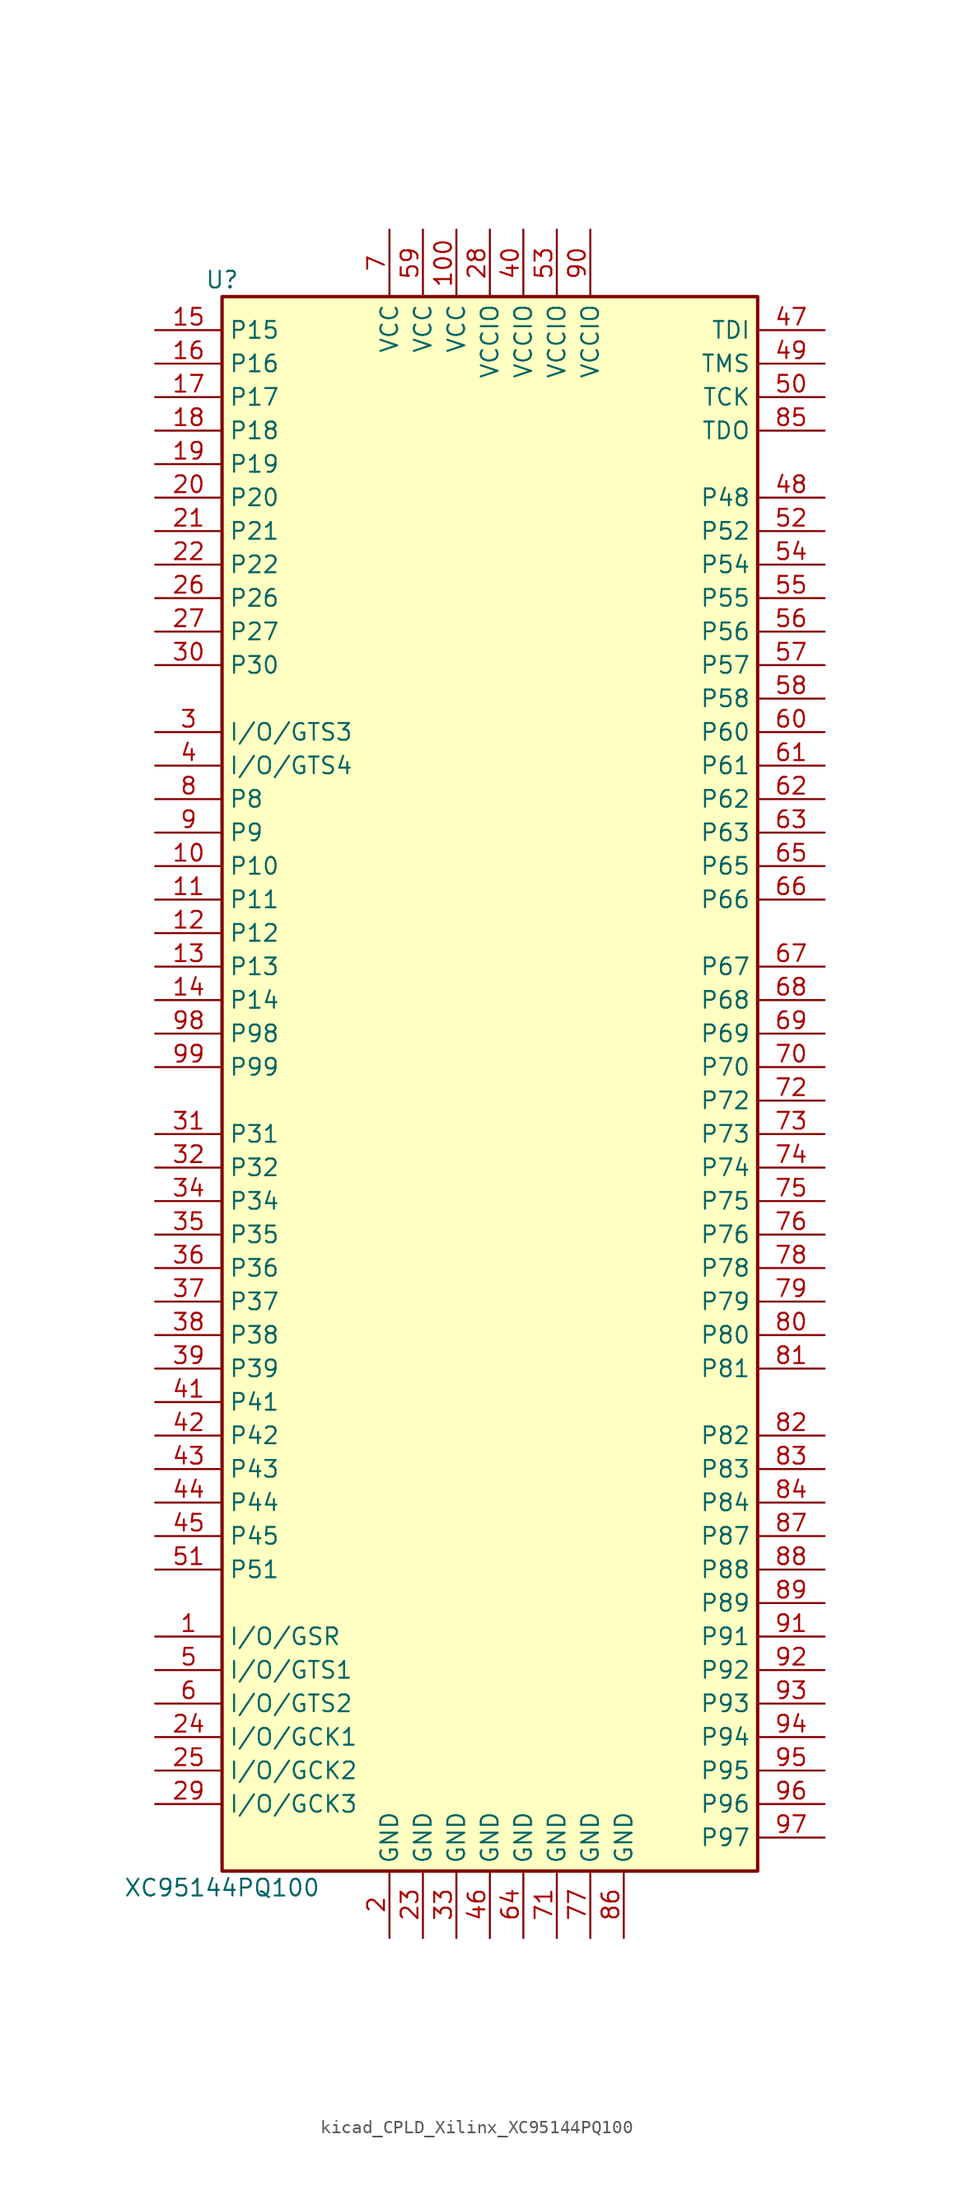
<source format=kicad_sym>
(kicad_symbol_lib
  (version 20220914)
  (generator kicad_symbol_editor)
  (symbol "kicad_CPLD_Xilinx_XC95144PQ100"
    (property "Reference" "U"
      (at -20.32 59.69 0)
      (effects (font (size 1.27 1.27))))
    (property "Value" "XC95144PQ100"
      (at -20.32 -62.23 0)
      (effects (font (size 1.27 1.27))))
    (symbol "kicad_CPLD_Xilinx_XC95144PQ100_1_1"
      (rectangle (start -20.32 58.42) (end 20.32 -60.96) (stroke (width 0.254) (type default)) (fill (type background)))
      (pin bidirectional line (at -25.4 -43.18 0) (length 5.08) (name "I/O/GSR" (effects (font (size 1.27 1.27)))) (number "1" (effects (font (size 1.27 1.27)))))
      (pin bidirectional line (at -25.4 15.24 0) (length 5.08) (name "P10" (effects (font (size 1.27 1.27)))) (number "10" (effects (font (size 1.27 1.27)))))
      (pin power_in line (at -2.54 63.5 270) (length 5.08) (name "VCC" (effects (font (size 1.27 1.27)))) (number "100" (effects (font (size 1.27 1.27)))))
      (pin bidirectional line (at -25.4 12.7 0) (length 5.08) (name "P11" (effects (font (size 1.27 1.27)))) (number "11" (effects (font (size 1.27 1.27)))))
      (pin bidirectional line (at -25.4 10.16 0) (length 5.08) (name "P12" (effects (font (size 1.27 1.27)))) (number "12" (effects (font (size 1.27 1.27)))))
      (pin bidirectional line (at -25.4 7.62 0) (length 5.08) (name "P13" (effects (font (size 1.27 1.27)))) (number "13" (effects (font (size 1.27 1.27)))))
      (pin bidirectional line (at -25.4 5.08 0) (length 5.08) (name "P14" (effects (font (size 1.27 1.27)))) (number "14" (effects (font (size 1.27 1.27)))))
      (pin bidirectional line (at -25.4 55.88 0) (length 5.08) (name "P15" (effects (font (size 1.27 1.27)))) (number "15" (effects (font (size 1.27 1.27)))))
      (pin bidirectional line (at -25.4 53.34 0) (length 5.08) (name "P16" (effects (font (size 1.27 1.27)))) (number "16" (effects (font (size 1.27 1.27)))))
      (pin bidirectional line (at -25.4 50.8 0) (length 5.08) (name "P17" (effects (font (size 1.27 1.27)))) (number "17" (effects (font (size 1.27 1.27)))))
      (pin bidirectional line (at -25.4 48.26 0) (length 5.08) (name "P18" (effects (font (size 1.27 1.27)))) (number "18" (effects (font (size 1.27 1.27)))))
      (pin bidirectional line (at -25.4 45.72 0) (length 5.08) (name "P19" (effects (font (size 1.27 1.27)))) (number "19" (effects (font (size 1.27 1.27)))))
      (pin power_in line (at -7.62 -66.04 90) (length 5.08) (name "GND" (effects (font (size 1.27 1.27)))) (number "2" (effects (font (size 1.27 1.27)))))
      (pin bidirectional line (at -25.4 43.18 0) (length 5.08) (name "P20" (effects (font (size 1.27 1.27)))) (number "20" (effects (font (size 1.27 1.27)))))
      (pin bidirectional line (at -25.4 40.64 0) (length 5.08) (name "P21" (effects (font (size 1.27 1.27)))) (number "21" (effects (font (size 1.27 1.27)))))
      (pin bidirectional line (at -25.4 38.1 0) (length 5.08) (name "P22" (effects (font (size 1.27 1.27)))) (number "22" (effects (font (size 1.27 1.27)))))
      (pin power_in line (at -5.08 -66.04 90) (length 5.08) (name "GND" (effects (font (size 1.27 1.27)))) (number "23" (effects (font (size 1.27 1.27)))))
      (pin bidirectional line (at -25.4 -50.8 0) (length 5.08) (name "I/O/GCK1" (effects (font (size 1.27 1.27)))) (number "24" (effects (font (size 1.27 1.27)))))
      (pin bidirectional line (at -25.4 -53.34 0) (length 5.08) (name "I/O/GCK2" (effects (font (size 1.27 1.27)))) (number "25" (effects (font (size 1.27 1.27)))))
      (pin bidirectional line (at -25.4 35.56 0) (length 5.08) (name "P26" (effects (font (size 1.27 1.27)))) (number "26" (effects (font (size 1.27 1.27)))))
      (pin bidirectional line (at -25.4 33.02 0) (length 5.08) (name "P27" (effects (font (size 1.27 1.27)))) (number "27" (effects (font (size 1.27 1.27)))))
      (pin power_in line (at 0 63.5 270) (length 5.08) (name "VCCIO" (effects (font (size 1.27 1.27)))) (number "28" (effects (font (size 1.27 1.27)))))
      (pin bidirectional line (at -25.4 -55.88 0) (length 5.08) (name "I/O/GCK3" (effects (font (size 1.27 1.27)))) (number "29" (effects (font (size 1.27 1.27)))))
      (pin bidirectional line (at -25.4 25.4 0) (length 5.08) (name "I/O/GTS3" (effects (font (size 1.27 1.27)))) (number "3" (effects (font (size 1.27 1.27)))))
      (pin bidirectional line (at -25.4 30.48 0) (length 5.08) (name "P30" (effects (font (size 1.27 1.27)))) (number "30" (effects (font (size 1.27 1.27)))))
      (pin bidirectional line (at -25.4 -5.08 0) (length 5.08) (name "P31" (effects (font (size 1.27 1.27)))) (number "31" (effects (font (size 1.27 1.27)))))
      (pin bidirectional line (at -25.4 -7.62 0) (length 5.08) (name "P32" (effects (font (size 1.27 1.27)))) (number "32" (effects (font (size 1.27 1.27)))))
      (pin power_in line (at -2.54 -66.04 90) (length 5.08) (name "GND" (effects (font (size 1.27 1.27)))) (number "33" (effects (font (size 1.27 1.27)))))
      (pin bidirectional line (at -25.4 -10.16 0) (length 5.08) (name "P34" (effects (font (size 1.27 1.27)))) (number "34" (effects (font (size 1.27 1.27)))))
      (pin bidirectional line (at -25.4 -12.7 0) (length 5.08) (name "P35" (effects (font (size 1.27 1.27)))) (number "35" (effects (font (size 1.27 1.27)))))
      (pin bidirectional line (at -25.4 -15.24 0) (length 5.08) (name "P36" (effects (font (size 1.27 1.27)))) (number "36" (effects (font (size 1.27 1.27)))))
      (pin bidirectional line (at -25.4 -17.78 0) (length 5.08) (name "P37" (effects (font (size 1.27 1.27)))) (number "37" (effects (font (size 1.27 1.27)))))
      (pin bidirectional line (at -25.4 -20.32 0) (length 5.08) (name "P38" (effects (font (size 1.27 1.27)))) (number "38" (effects (font (size 1.27 1.27)))))
      (pin bidirectional line (at -25.4 -22.86 0) (length 5.08) (name "P39" (effects (font (size 1.27 1.27)))) (number "39" (effects (font (size 1.27 1.27)))))
      (pin bidirectional line (at -25.4 22.86 0) (length 5.08) (name "I/O/GTS4" (effects (font (size 1.27 1.27)))) (number "4" (effects (font (size 1.27 1.27)))))
      (pin power_in line (at 2.54 63.5 270) (length 5.08) (name "VCCIO" (effects (font (size 1.27 1.27)))) (number "40" (effects (font (size 1.27 1.27)))))
      (pin bidirectional line (at -25.4 -25.4 0) (length 5.08) (name "P41" (effects (font (size 1.27 1.27)))) (number "41" (effects (font (size 1.27 1.27)))))
      (pin bidirectional line (at -25.4 -27.94 0) (length 5.08) (name "P42" (effects (font (size 1.27 1.27)))) (number "42" (effects (font (size 1.27 1.27)))))
      (pin bidirectional line (at -25.4 -30.48 0) (length 5.08) (name "P43" (effects (font (size 1.27 1.27)))) (number "43" (effects (font (size 1.27 1.27)))))
      (pin bidirectional line (at -25.4 -33.02 0) (length 5.08) (name "P44" (effects (font (size 1.27 1.27)))) (number "44" (effects (font (size 1.27 1.27)))))
      (pin bidirectional line (at -25.4 -35.56 0) (length 5.08) (name "P45" (effects (font (size 1.27 1.27)))) (number "45" (effects (font (size 1.27 1.27)))))
      (pin power_in line (at 0 -66.04 90) (length 5.08) (name "GND" (effects (font (size 1.27 1.27)))) (number "46" (effects (font (size 1.27 1.27)))))
      (pin input line (at 25.4 55.88 180) (length 5.08) (name "TDI" (effects (font (size 1.27 1.27)))) (number "47" (effects (font (size 1.27 1.27)))))
      (pin bidirectional line (at 25.4 43.18 180) (length 5.08) (name "P48" (effects (font (size 1.27 1.27)))) (number "48" (effects (font (size 1.27 1.27)))))
      (pin input line (at 25.4 53.34 180) (length 5.08) (name "TMS" (effects (font (size 1.27 1.27)))) (number "49" (effects (font (size 1.27 1.27)))))
      (pin bidirectional line (at -25.4 -45.72 0) (length 5.08) (name "I/O/GTS1" (effects (font (size 1.27 1.27)))) (number "5" (effects (font (size 1.27 1.27)))))
      (pin input line (at 25.4 50.8 180) (length 5.08) (name "TCK" (effects (font (size 1.27 1.27)))) (number "50" (effects (font (size 1.27 1.27)))))
      (pin bidirectional line (at -25.4 -38.1 0) (length 5.08) (name "P51" (effects (font (size 1.27 1.27)))) (number "51" (effects (font (size 1.27 1.27)))))
      (pin bidirectional line (at 25.4 40.64 180) (length 5.08) (name "P52" (effects (font (size 1.27 1.27)))) (number "52" (effects (font (size 1.27 1.27)))))
      (pin power_in line (at 5.08 63.5 270) (length 5.08) (name "VCCIO" (effects (font (size 1.27 1.27)))) (number "53" (effects (font (size 1.27 1.27)))))
      (pin bidirectional line (at 25.4 38.1 180) (length 5.08) (name "P54" (effects (font (size 1.27 1.27)))) (number "54" (effects (font (size 1.27 1.27)))))
      (pin bidirectional line (at 25.4 35.56 180) (length 5.08) (name "P55" (effects (font (size 1.27 1.27)))) (number "55" (effects (font (size 1.27 1.27)))))
      (pin bidirectional line (at 25.4 33.02 180) (length 5.08) (name "P56" (effects (font (size 1.27 1.27)))) (number "56" (effects (font (size 1.27 1.27)))))
      (pin bidirectional line (at 25.4 30.48 180) (length 5.08) (name "P57" (effects (font (size 1.27 1.27)))) (number "57" (effects (font (size 1.27 1.27)))))
      (pin bidirectional line (at 25.4 27.94 180) (length 5.08) (name "P58" (effects (font (size 1.27 1.27)))) (number "58" (effects (font (size 1.27 1.27)))))
      (pin power_in line (at -5.08 63.5 270) (length 5.08) (name "VCC" (effects (font (size 1.27 1.27)))) (number "59" (effects (font (size 1.27 1.27)))))
      (pin bidirectional line (at -25.4 -48.26 0) (length 5.08) (name "I/O/GTS2" (effects (font (size 1.27 1.27)))) (number "6" (effects (font (size 1.27 1.27)))))
      (pin bidirectional line (at 25.4 25.4 180) (length 5.08) (name "P60" (effects (font (size 1.27 1.27)))) (number "60" (effects (font (size 1.27 1.27)))))
      (pin bidirectional line (at 25.4 22.86 180) (length 5.08) (name "P61" (effects (font (size 1.27 1.27)))) (number "61" (effects (font (size 1.27 1.27)))))
      (pin bidirectional line (at 25.4 20.32 180) (length 5.08) (name "P62" (effects (font (size 1.27 1.27)))) (number "62" (effects (font (size 1.27 1.27)))))
      (pin bidirectional line (at 25.4 17.78 180) (length 5.08) (name "P63" (effects (font (size 1.27 1.27)))) (number "63" (effects (font (size 1.27 1.27)))))
      (pin power_in line (at 2.54 -66.04 90) (length 5.08) (name "GND" (effects (font (size 1.27 1.27)))) (number "64" (effects (font (size 1.27 1.27)))))
      (pin bidirectional line (at 25.4 15.24 180) (length 5.08) (name "P65" (effects (font (size 1.27 1.27)))) (number "65" (effects (font (size 1.27 1.27)))))
      (pin bidirectional line (at 25.4 12.7 180) (length 5.08) (name "P66" (effects (font (size 1.27 1.27)))) (number "66" (effects (font (size 1.27 1.27)))))
      (pin bidirectional line (at 25.4 7.62 180) (length 5.08) (name "P67" (effects (font (size 1.27 1.27)))) (number "67" (effects (font (size 1.27 1.27)))))
      (pin bidirectional line (at 25.4 5.08 180) (length 5.08) (name "P68" (effects (font (size 1.27 1.27)))) (number "68" (effects (font (size 1.27 1.27)))))
      (pin bidirectional line (at 25.4 2.54 180) (length 5.08) (name "P69" (effects (font (size 1.27 1.27)))) (number "69" (effects (font (size 1.27 1.27)))))
      (pin power_in line (at -7.62 63.5 270) (length 5.08) (name "VCC" (effects (font (size 1.27 1.27)))) (number "7" (effects (font (size 1.27 1.27)))))
      (pin bidirectional line (at 25.4 0 180) (length 5.08) (name "P70" (effects (font (size 1.27 1.27)))) (number "70" (effects (font (size 1.27 1.27)))))
      (pin power_in line (at 5.08 -66.04 90) (length 5.08) (name "GND" (effects (font (size 1.27 1.27)))) (number "71" (effects (font (size 1.27 1.27)))))
      (pin bidirectional line (at 25.4 -2.54 180) (length 5.08) (name "P72" (effects (font (size 1.27 1.27)))) (number "72" (effects (font (size 1.27 1.27)))))
      (pin bidirectional line (at 25.4 -5.08 180) (length 5.08) (name "P73" (effects (font (size 1.27 1.27)))) (number "73" (effects (font (size 1.27 1.27)))))
      (pin bidirectional line (at 25.4 -7.62 180) (length 5.08) (name "P74" (effects (font (size 1.27 1.27)))) (number "74" (effects (font (size 1.27 1.27)))))
      (pin bidirectional line (at 25.4 -10.16 180) (length 5.08) (name "P75" (effects (font (size 1.27 1.27)))) (number "75" (effects (font (size 1.27 1.27)))))
      (pin bidirectional line (at 25.4 -12.7 180) (length 5.08) (name "P76" (effects (font (size 1.27 1.27)))) (number "76" (effects (font (size 1.27 1.27)))))
      (pin power_in line (at 7.62 -66.04 90) (length 5.08) (name "GND" (effects (font (size 1.27 1.27)))) (number "77" (effects (font (size 1.27 1.27)))))
      (pin bidirectional line (at 25.4 -15.24 180) (length 5.08) (name "P78" (effects (font (size 1.27 1.27)))) (number "78" (effects (font (size 1.27 1.27)))))
      (pin bidirectional line (at 25.4 -17.78 180) (length 5.08) (name "P79" (effects (font (size 1.27 1.27)))) (number "79" (effects (font (size 1.27 1.27)))))
      (pin bidirectional line (at -25.4 20.32 0) (length 5.08) (name "P8" (effects (font (size 1.27 1.27)))) (number "8" (effects (font (size 1.27 1.27)))))
      (pin bidirectional line (at 25.4 -20.32 180) (length 5.08) (name "P80" (effects (font (size 1.27 1.27)))) (number "80" (effects (font (size 1.27 1.27)))))
      (pin bidirectional line (at 25.4 -22.86 180) (length 5.08) (name "P81" (effects (font (size 1.27 1.27)))) (number "81" (effects (font (size 1.27 1.27)))))
      (pin bidirectional line (at 25.4 -27.94 180) (length 5.08) (name "P82" (effects (font (size 1.27 1.27)))) (number "82" (effects (font (size 1.27 1.27)))))
      (pin bidirectional line (at 25.4 -30.48 180) (length 5.08) (name "P83" (effects (font (size 1.27 1.27)))) (number "83" (effects (font (size 1.27 1.27)))))
      (pin bidirectional line (at 25.4 -33.02 180) (length 5.08) (name "P84" (effects (font (size 1.27 1.27)))) (number "84" (effects (font (size 1.27 1.27)))))
      (pin output line (at 25.4 48.26 180) (length 5.08) (name "TDO" (effects (font (size 1.27 1.27)))) (number "85" (effects (font (size 1.27 1.27)))))
      (pin power_in line (at 10.16 -66.04 90) (length 5.08) (name "GND" (effects (font (size 1.27 1.27)))) (number "86" (effects (font (size 1.27 1.27)))))
      (pin bidirectional line (at 25.4 -35.56 180) (length 5.08) (name "P87" (effects (font (size 1.27 1.27)))) (number "87" (effects (font (size 1.27 1.27)))))
      (pin bidirectional line (at 25.4 -38.1 180) (length 5.08) (name "P88" (effects (font (size 1.27 1.27)))) (number "88" (effects (font (size 1.27 1.27)))))
      (pin bidirectional line (at 25.4 -40.64 180) (length 5.08) (name "P89" (effects (font (size 1.27 1.27)))) (number "89" (effects (font (size 1.27 1.27)))))
      (pin bidirectional line (at -25.4 17.78 0) (length 5.08) (name "P9" (effects (font (size 1.27 1.27)))) (number "9" (effects (font (size 1.27 1.27)))))
      (pin power_in line (at 7.62 63.5 270) (length 5.08) (name "VCCIO" (effects (font (size 1.27 1.27)))) (number "90" (effects (font (size 1.27 1.27)))))
      (pin bidirectional line (at 25.4 -43.18 180) (length 5.08) (name "P91" (effects (font (size 1.27 1.27)))) (number "91" (effects (font (size 1.27 1.27)))))
      (pin bidirectional line (at 25.4 -45.72 180) (length 5.08) (name "P92" (effects (font (size 1.27 1.27)))) (number "92" (effects (font (size 1.27 1.27)))))
      (pin bidirectional line (at 25.4 -48.26 180) (length 5.08) (name "P93" (effects (font (size 1.27 1.27)))) (number "93" (effects (font (size 1.27 1.27)))))
      (pin bidirectional line (at 25.4 -50.8 180) (length 5.08) (name "P94" (effects (font (size 1.27 1.27)))) (number "94" (effects (font (size 1.27 1.27)))))
      (pin bidirectional line (at 25.4 -53.34 180) (length 5.08) (name "P95" (effects (font (size 1.27 1.27)))) (number "95" (effects (font (size 1.27 1.27)))))
      (pin bidirectional line (at 25.4 -55.88 180) (length 5.08) (name "P96" (effects (font (size 1.27 1.27)))) (number "96" (effects (font (size 1.27 1.27)))))
      (pin bidirectional line (at 25.4 -58.42 180) (length 5.08) (name "P97" (effects (font (size 1.27 1.27)))) (number "97" (effects (font (size 1.27 1.27)))))
      (pin bidirectional line (at -25.4 2.54 0) (length 5.08) (name "P98" (effects (font (size 1.27 1.27)))) (number "98" (effects (font (size 1.27 1.27)))))
      (pin bidirectional line (at -25.4 0 0) (length 5.08) (name "P99" (effects (font (size 1.27 1.27)))) (number "99" (effects (font (size 1.27 1.27))))))))
</source>
